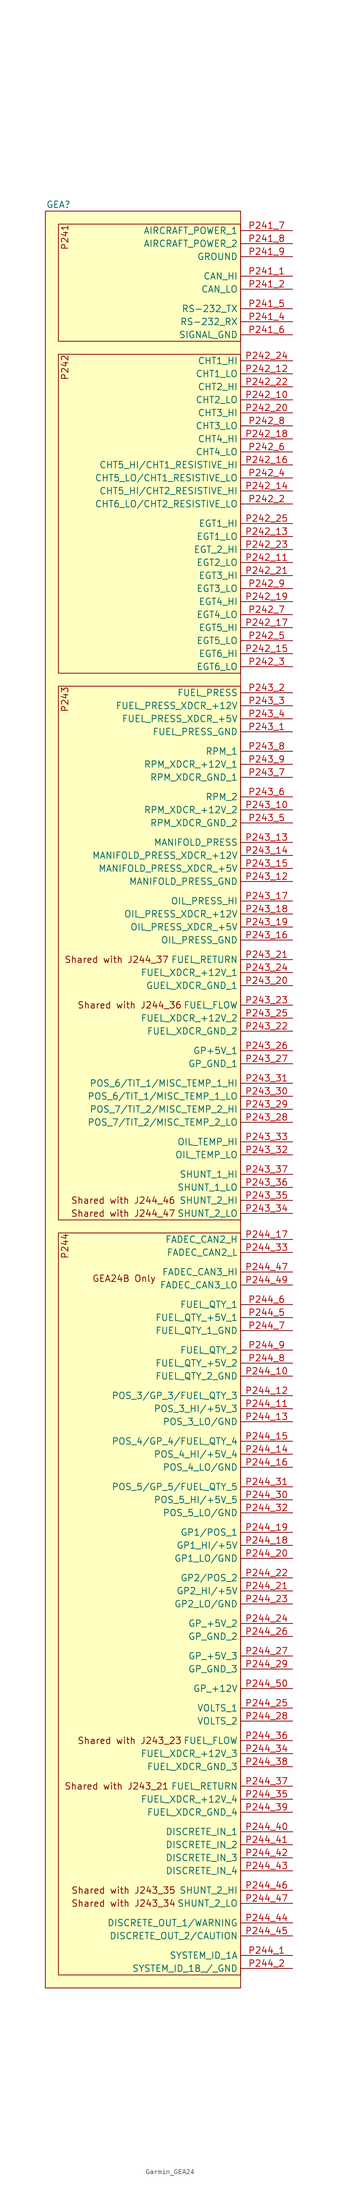
<source format=kicad_sym>
(kicad_symbol_lib
  (version 20241209)
  (generator "kicad_symbol_editor")
  (generator_version "9.0")
  (symbol "Garmin_GEA24"
    (property "Reference" "GEA"
      (at 2.54 1.27 0)
      (effects (font (size 1.27 1.27))))
    (property "Value" ""
      (at 3.81 0 0)
      (effects (font (size 1.27 1.27))))
    (symbol "Garmin_GEA24_1_1"
      (rectangle (start 0 0) (end 38.1 -346.71) (stroke (width 0) (type default)) (fill (type background)))
      (rectangle (start 2.54 -2.54) (end 38.1 -25.4) (stroke (width 0) (type default)) (fill (type background)))
      (rectangle (start 2.54 -27.94) (end 38.1 -90.17) (stroke (width 0) (type default)) (fill (type background)))
      (rectangle (start 2.54 -92.71) (end 38.1 -196.85) (stroke (width 0) (type default)) (fill (type background)))
      (rectangle (start 2.54 -199.39) (end 38.1 -344.17) (stroke (width 0) (type default)) (fill (type background)))
      (text "P241" (at 3.81 -2.54 900) (effects (font (size 1.27 1.27)) (justify right)))
      (text "P242" (at 3.81 -27.94 900) (effects (font (size 1.27 1.27)) (justify right)))
      (text "P243" (at 3.81 -92.71 900) (effects (font (size 1.27 1.27)) (justify right)))
      (text "P244" (at 3.81 -199.39 900) (effects (font (size 1.27 1.27)) (justify right)))
      (text "Shared with J243_35" (at 15.24 -327.66 0) (effects (font (size 1.27 1.27))))
      (text "Shared with J243_34" (at 15.24 -330.2 0) (effects (font (size 1.27 1.27))))
      (text "GEA24B Only" (at 21.59 -208.28 0) (effects (font (size 1.27 1.27)) (justify right)))
      (text "Shared with J244_37" (at 24.13 -146.05 0) (effects (font (size 1.27 1.27)) (justify right)))
      (text "Shared with J243_21" (at 24.13 -307.34 0) (effects (font (size 1.27 1.27)) (justify right)))
      (text "Shared with J244_46" (at 25.4 -193.04 0) (effects (font (size 1.27 1.27)) (justify right)))
      (text "Shared with J244_47" (at 25.4 -195.58 0) (effects (font (size 1.27 1.27)) (justify right)))
      (text "Shared with J244_36" (at 26.67 -154.94 0) (effects (font (size 1.27 1.27)) (justify right)))
      (text "Shared with J243_23" (at 26.67 -298.45 0) (effects (font (size 1.27 1.27)) (justify right)))
      (pin power_in line (at 48.26 -3.81 180) (length 10.16) (name "AIRCRAFT_POWER_1" (effects (font (size 1.27 1.27)))) (number "P241_7" (effects (font (size 1.27 1.27)))))
      (pin power_in line (at 48.26 -6.35 180) (length 10.16) (name "AIRCRAFT_POWER_2" (effects (font (size 1.27 1.27)))) (number "P241_8" (effects (font (size 1.27 1.27)))))
      (pin passive line (at 48.26 -8.89 180) (length 10.16) (name "GROUND" (effects (font (size 1.27 1.27)))) (number "P241_9" (effects (font (size 1.27 1.27)))))
      (pin bidirectional line (at 48.26 -12.7 180) (length 10.16) (name "CAN_HI" (effects (font (size 1.27 1.27)))) (number "P241_1" (effects (font (size 1.27 1.27)))))
      (pin bidirectional line (at 48.26 -15.24 180) (length 10.16) (name "CAN_LO" (effects (font (size 1.27 1.27)))) (number "P241_2" (effects (font (size 1.27 1.27)))))
      (pin output line (at 48.26 -19.05 180) (length 10.16) (name "RS-232_TX" (effects (font (size 1.27 1.27)))) (number "P241_5" (effects (font (size 1.27 1.27)))))
      (pin input line (at 48.26 -21.59 180) (length 10.16) (name "RS-232_RX" (effects (font (size 1.27 1.27)))) (number "P241_4" (effects (font (size 1.27 1.27)))))
      (pin passive line (at 48.26 -24.13 180) (length 10.16) (name "SIGNAL_GND" (effects (font (size 1.27 1.27)))) (number "P241_6" (effects (font (size 1.27 1.27)))))
      (pin input line (at 48.26 -29.21 180) (length 10.16) (name "CHT1_HI" (effects (font (size 1.27 1.27)))) (number "P242_24" (effects (font (size 1.27 1.27)))))
      (pin passive line (at 48.26 -31.75 180) (length 10.16) (name "CHT1_LO" (effects (font (size 1.27 1.27)))) (number "P242_12" (effects (font (size 1.27 1.27)))))
      (pin input line (at 48.26 -34.29 180) (length 10.16) (name "CHT2_HI" (effects (font (size 1.27 1.27)))) (number "P242_22" (effects (font (size 1.27 1.27)))))
      (pin passive line (at 48.26 -36.83 180) (length 10.16) (name "CHT2_LO" (effects (font (size 1.27 1.27)))) (number "P242_10" (effects (font (size 1.27 1.27)))))
      (pin input line (at 48.26 -39.37 180) (length 10.16) (name "CHT3_HI" (effects (font (size 1.27 1.27)))) (number "P242_20" (effects (font (size 1.27 1.27)))))
      (pin passive line (at 48.26 -41.91 180) (length 10.16) (name "CHT3_LO" (effects (font (size 1.27 1.27)))) (number "P242_8" (effects (font (size 1.27 1.27)))))
      (pin input line (at 48.26 -44.45 180) (length 10.16) (name "CHT4_HI" (effects (font (size 1.27 1.27)))) (number "P242_18" (effects (font (size 1.27 1.27)))))
      (pin passive line (at 48.26 -46.99 180) (length 10.16) (name "CHT4_LO" (effects (font (size 1.27 1.27)))) (number "P242_6" (effects (font (size 1.27 1.27)))))
      (pin input line (at 48.26 -49.53 180) (length 10.16) (name "CHT5_HI/CHT1_RESISTIVE_HI" (effects (font (size 1.27 1.27)))) (number "P242_16" (effects (font (size 1.27 1.27)))))
      (pin passive line (at 48.26 -52.07 180) (length 10.16) (name "CHT5_LO/CHT1_RESISTIVE_LO" (effects (font (size 1.27 1.27)))) (number "P242_4" (effects (font (size 1.27 1.27)))))
      (pin input line (at 48.26 -54.61 180) (length 10.16) (name "CHT5_HI/CHT2_RESISTIVE_HI" (effects (font (size 1.27 1.27)))) (number "P242_14" (effects (font (size 1.27 1.27)))))
      (pin passive line (at 48.26 -57.15 180) (length 10.16) (name "CHT6_LO/CHT2_RESISTIVE_LO" (effects (font (size 1.27 1.27)))) (number "P242_2" (effects (font (size 1.27 1.27)))))
      (pin input line (at 48.26 -60.96 180) (length 10.16) (name "EGT1_HI" (effects (font (size 1.27 1.27)))) (number "P242_25" (effects (font (size 1.27 1.27)))))
      (pin passive line (at 48.26 -63.5 180) (length 10.16) (name "EGT1_LO" (effects (font (size 1.27 1.27)))) (number "P242_13" (effects (font (size 1.27 1.27)))))
      (pin input line (at 48.26 -66.04 180) (length 10.16) (name "EGT_2_HI" (effects (font (size 1.27 1.27)))) (number "P242_23" (effects (font (size 1.27 1.27)))))
      (pin passive line (at 48.26 -68.58 180) (length 10.16) (name "EGT2_LO" (effects (font (size 1.27 1.27)))) (number "P242_11" (effects (font (size 1.27 1.27)))))
      (pin input line (at 48.26 -71.12 180) (length 10.16) (name "EGT3_HI" (effects (font (size 1.27 1.27)))) (number "P242_21" (effects (font (size 1.27 1.27)))))
      (pin passive line (at 48.26 -73.66 180) (length 10.16) (name "EGT3_LO" (effects (font (size 1.27 1.27)))) (number "P242_9" (effects (font (size 1.27 1.27)))))
      (pin input line (at 48.26 -76.2 180) (length 10.16) (name "EGT4_HI" (effects (font (size 1.27 1.27)))) (number "P242_19" (effects (font (size 1.27 1.27)))))
      (pin passive line (at 48.26 -78.74 180) (length 10.16) (name "EGT4_LO" (effects (font (size 1.27 1.27)))) (number "P242_7" (effects (font (size 1.27 1.27)))))
      (pin input line (at 48.26 -81.28 180) (length 10.16) (name "EGT5_HI" (effects (font (size 1.27 1.27)))) (number "P242_17" (effects (font (size 1.27 1.27)))))
      (pin passive line (at 48.26 -83.82 180) (length 10.16) (name "EGT5_LO" (effects (font (size 1.27 1.27)))) (number "P242_5" (effects (font (size 1.27 1.27)))))
      (pin input line (at 48.26 -86.36 180) (length 10.16) (name "EGT6_HI" (effects (font (size 1.27 1.27)))) (number "P242_15" (effects (font (size 1.27 1.27)))))
      (pin passive line (at 48.26 -88.9 180) (length 10.16) (name "EGT6_LO" (effects (font (size 1.27 1.27)))) (number "P242_3" (effects (font (size 1.27 1.27)))))
      (pin input line (at 48.26 -93.98 180) (length 10.16) (name "FUEL_PRESS" (effects (font (size 1.27 1.27)))) (number "P243_2" (effects (font (size 1.27 1.27)))))
      (pin output line (at 48.26 -96.52 180) (length 10.16) (name "FUEL_PRESS_XDCR_+12V" (effects (font (size 1.27 1.27)))) (number "P243_3" (effects (font (size 1.27 1.27)))))
      (pin output line (at 48.26 -99.06 180) (length 10.16) (name "FUEL_PRESS_XDCR_+5V" (effects (font (size 1.27 1.27)))) (number "P243_4" (effects (font (size 1.27 1.27)))))
      (pin passive line (at 48.26 -101.6 180) (length 10.16) (name "FUEL_PRESS_GND" (effects (font (size 1.27 1.27)))) (number "P243_1" (effects (font (size 1.27 1.27)))))
      (pin input line (at 48.26 -105.41 180) (length 10.16) (name "RPM_1" (effects (font (size 1.27 1.27)))) (number "P243_8" (effects (font (size 1.27 1.27)))))
      (pin output line (at 48.26 -107.95 180) (length 10.16) (name "RPM_XDCR_+12V_1" (effects (font (size 1.27 1.27)))) (number "P243_9" (effects (font (size 1.27 1.27)))))
      (pin passive line (at 48.26 -110.49 180) (length 10.16) (name "RPM_XDCR_GND_1" (effects (font (size 1.27 1.27)))) (number "P243_7" (effects (font (size 1.27 1.27)))))
      (pin input line (at 48.26 -114.3 180) (length 10.16) (name "RPM_2" (effects (font (size 1.27 1.27)))) (number "P243_6" (effects (font (size 1.27 1.27)))))
      (pin output line (at 48.26 -116.84 180) (length 10.16) (name "RPM_XDCR_+12V_2" (effects (font (size 1.27 1.27)))) (number "P243_10" (effects (font (size 1.27 1.27)))))
      (pin passive line (at 48.26 -119.38 180) (length 10.16) (name "RPM_XDCR_GND_2" (effects (font (size 1.27 1.27)))) (number "P243_5" (effects (font (size 1.27 1.27)))))
      (pin input line (at 48.26 -123.19 180) (length 10.16) (name "MANIFOLD_PRESS" (effects (font (size 1.27 1.27)))) (number "P243_13" (effects (font (size 1.27 1.27)))))
      (pin output line (at 48.26 -125.73 180) (length 10.16) (name "MANIFOLD_PRESS_XDCR_+12V" (effects (font (size 1.27 1.27)))) (number "P243_14" (effects (font (size 1.27 1.27)))))
      (pin output line (at 48.26 -128.27 180) (length 10.16) (name "MANIFOLD_PRESS_XDCR_+5V" (effects (font (size 1.27 1.27)))) (number "P243_15" (effects (font (size 1.27 1.27)))))
      (pin passive line (at 48.26 -130.81 180) (length 10.16) (name "MANIFOLD_PRESS_GND" (effects (font (size 1.27 1.27)))) (number "P243_12" (effects (font (size 1.27 1.27)))))
      (pin input line (at 48.26 -134.62 180) (length 10.16) (name "OIL_PRESS_HI" (effects (font (size 1.27 1.27)))) (number "P243_17" (effects (font (size 1.27 1.27)))))
      (pin output line (at 48.26 -137.16 180) (length 10.16) (name "OIL_PRESS_XDCR_+12V" (effects (font (size 1.27 1.27)))) (number "P243_18" (effects (font (size 1.27 1.27)))))
      (pin output line (at 48.26 -139.7 180) (length 10.16) (name "OIL_PRESS_XDCR_+5V" (effects (font (size 1.27 1.27)))) (number "P243_19" (effects (font (size 1.27 1.27)))))
      (pin passive line (at 48.26 -142.24 180) (length 10.16) (name "OIL_PRESS_GND" (effects (font (size 1.27 1.27)))) (number "P243_16" (effects (font (size 1.27 1.27)))))
      (pin input line (at 48.26 -146.05 180) (length 10.16) (name "FUEL_RETURN" (effects (font (size 1.27 1.27)))) (number "P243_21" (effects (font (size 1.27 1.27)))))
      (pin input line (at 48.26 -148.59 180) (length 10.16) (name "FUEL_XDCR_+12V_1" (effects (font (size 1.27 1.27)))) (number "P243_24" (effects (font (size 1.27 1.27)))))
      (pin passive line (at 48.26 -151.13 180) (length 10.16) (name "GUEL_XDCR_GND_1" (effects (font (size 1.27 1.27)))) (number "P243_20" (effects (font (size 1.27 1.27)))))
      (pin input line (at 48.26 -154.94 180) (length 10.16) (name "FUEL_FLOW" (effects (font (size 1.27 1.27)))) (number "P243_23" (effects (font (size 1.27 1.27)))))
      (pin output line (at 48.26 -157.48 180) (length 10.16) (name "FUEL_XDCR_+12V_2" (effects (font (size 1.27 1.27)))) (number "P243_25" (effects (font (size 1.27 1.27)))))
      (pin passive line (at 48.26 -160.02 180) (length 10.16) (name "FUEL_XDCR_GND_2" (effects (font (size 1.27 1.27)))) (number "P243_22" (effects (font (size 1.27 1.27)))))
      (pin output line (at 48.26 -163.83 180) (length 10.16) (name "GP+5V_1" (effects (font (size 1.27 1.27)))) (number "P243_26" (effects (font (size 1.27 1.27)))))
      (pin passive line (at 48.26 -166.37 180) (length 10.16) (name "GP_GND_1" (effects (font (size 1.27 1.27)))) (number "P243_27" (effects (font (size 1.27 1.27)))))
      (pin input line (at 48.26 -170.18 180) (length 10.16) (name "POS_6/TIT_1/MISC_TEMP_1_HI" (effects (font (size 1.27 1.27)))) (number "P243_31" (effects (font (size 1.27 1.27)))))
      (pin passive line (at 48.26 -172.72 180) (length 10.16) (name "POS_6/TIT_1/MISC_TEMP_1_LO" (effects (font (size 1.27 1.27)))) (number "P243_30" (effects (font (size 1.27 1.27)))))
      (pin input line (at 48.26 -175.26 180) (length 10.16) (name "POS_7/TIT_2/MISC_TEMP_2_HI" (effects (font (size 1.27 1.27)))) (number "P243_29" (effects (font (size 1.27 1.27)))))
      (pin passive line (at 48.26 -177.8 180) (length 10.16) (name "POS_7/TIT_2/MISC_TEMP_2_LO" (effects (font (size 1.27 1.27)))) (number "P243_28" (effects (font (size 1.27 1.27)))))
      (pin input line (at 48.26 -181.61 180) (length 10.16) (name "OIL_TEMP_HI" (effects (font (size 1.27 1.27)))) (number "P243_33" (effects (font (size 1.27 1.27)))))
      (pin passive line (at 48.26 -184.15 180) (length 10.16) (name "OIL_TEMP_LO" (effects (font (size 1.27 1.27)))) (number "P243_32" (effects (font (size 1.27 1.27)))))
      (pin input line (at 48.26 -187.96 180) (length 10.16) (name "SHUNT_1_HI" (effects (font (size 1.27 1.27)))) (number "P243_37" (effects (font (size 1.27 1.27)))))
      (pin passive line (at 48.26 -190.5 180) (length 10.16) (name "SHUNT_1_LO" (effects (font (size 1.27 1.27)))) (number "P243_36" (effects (font (size 1.27 1.27)))))
      (pin input line (at 48.26 -193.04 180) (length 10.16) (name "SHUNT_2_HI" (effects (font (size 1.27 1.27)))) (number "P243_35" (effects (font (size 1.27 1.27)))))
      (pin passive line (at 48.26 -195.58 180) (length 10.16) (name "SHUNT_2_LO" (effects (font (size 1.27 1.27)))) (number "P243_34" (effects (font (size 1.27 1.27)))))
      (pin bidirectional line (at 48.26 -200.66 180) (length 10.16) (name "FADEC_CAN2_H" (effects (font (size 1.27 1.27)))) (number "P244_17" (effects (font (size 1.27 1.27)))))
      (pin bidirectional line (at 48.26 -203.2 180) (length 10.16) (name "FADEC_CAN2_L" (effects (font (size 1.27 1.27)))) (number "P244_33" (effects (font (size 1.27 1.27)))))
      (pin bidirectional line (at 48.26 -207.01 180) (length 10.16) (name "FADEC_CAN3_HI" (effects (font (size 1.27 1.27)))) (number "P244_47" (effects (font (size 1.27 1.27)))))
      (pin bidirectional line (at 48.26 -209.55 180) (length 10.16) (name "FADEC_CAN3_LO" (effects (font (size 1.27 1.27)))) (number "P244_49" (effects (font (size 1.27 1.27)))))
      (pin input line (at 48.26 -213.36 180) (length 10.16) (name "FUEL_QTY_1" (effects (font (size 1.27 1.27)))) (number "P244_6" (effects (font (size 1.27 1.27)))))
      (pin output line (at 48.26 -215.9 180) (length 10.16) (name "FUEL_QTY_+5V_1" (effects (font (size 1.27 1.27)))) (number "P244_5" (effects (font (size 1.27 1.27)))))
      (pin passive line (at 48.26 -218.44 180) (length 10.16) (name "FUEL_QTY_1_GND" (effects (font (size 1.27 1.27)))) (number "P244_7" (effects (font (size 1.27 1.27)))))
      (pin input line (at 48.26 -222.25 180) (length 10.16) (name "FUEL_QTY_2" (effects (font (size 1.27 1.27)))) (number "P244_9" (effects (font (size 1.27 1.27)))))
      (pin output line (at 48.26 -224.79 180) (length 10.16) (name "FUEL_QTY_+5V_2" (effects (font (size 1.27 1.27)))) (number "P244_8" (effects (font (size 1.27 1.27)))))
      (pin passive line (at 48.26 -227.33 180) (length 10.16) (name "FUEL_QTY_2_GND" (effects (font (size 1.27 1.27)))) (number "P244_10" (effects (font (size 1.27 1.27)))))
      (pin input line (at 48.26 -231.14 180) (length 10.16) (name "POS_3/GP_3/FUEL_QTY_3" (effects (font (size 1.27 1.27)))) (number "P244_12" (effects (font (size 1.27 1.27)))))
      (pin output line (at 48.26 -233.68 180) (length 10.16) (name "POS_3_HI/+5V_3" (effects (font (size 1.27 1.27)))) (number "P244_11" (effects (font (size 1.27 1.27)))))
      (pin passive line (at 48.26 -236.22 180) (length 10.16) (name "POS_3_LO/GND" (effects (font (size 1.27 1.27)))) (number "P244_13" (effects (font (size 1.27 1.27)))))
      (pin input line (at 48.26 -240.03 180) (length 10.16) (name "POS_4/GP_4/FUEL_QTY_4" (effects (font (size 1.27 1.27)))) (number "P244_15" (effects (font (size 1.27 1.27)))))
      (pin output line (at 48.26 -242.57 180) (length 10.16) (name "POS_4_HI/+5V_4" (effects (font (size 1.27 1.27)))) (number "P244_14" (effects (font (size 1.27 1.27)))))
      (pin passive line (at 48.26 -245.11 180) (length 10.16) (name "POS_4_LO/GND" (effects (font (size 1.27 1.27)))) (number "P244_16" (effects (font (size 1.27 1.27)))))
      (pin input line (at 48.26 -248.92 180) (length 10.16) (name "POS_5/GP_5/FUEL_QTY_5" (effects (font (size 1.27 1.27)))) (number "P244_31" (effects (font (size 1.27 1.27)))))
      (pin output line (at 48.26 -251.46 180) (length 10.16) (name "POS_5_HI/+5V_5" (effects (font (size 1.27 1.27)))) (number "P244_30" (effects (font (size 1.27 1.27)))))
      (pin passive line (at 48.26 -254 180) (length 10.16) (name "POS_5_LO/GND" (effects (font (size 1.27 1.27)))) (number "P244_32" (effects (font (size 1.27 1.27)))))
      (pin input line (at 48.26 -257.81 180) (length 10.16) (name "GP1/POS_1" (effects (font (size 1.27 1.27)))) (number "P244_19" (effects (font (size 1.27 1.27)))))
      (pin output line (at 48.26 -260.35 180) (length 10.16) (name "GP1_HI/+5V" (effects (font (size 1.27 1.27)))) (number "P244_18" (effects (font (size 1.27 1.27)))))
      (pin passive line (at 48.26 -262.89 180) (length 10.16) (name "GP1_LO/GND" (effects (font (size 1.27 1.27)))) (number "P244_20" (effects (font (size 1.27 1.27)))))
      (pin input line (at 48.26 -266.7 180) (length 10.16) (name "GP2/POS_2" (effects (font (size 1.27 1.27)))) (number "P244_22" (effects (font (size 1.27 1.27)))))
      (pin output line (at 48.26 -269.24 180) (length 10.16) (name "GP2_HI/+5V" (effects (font (size 1.27 1.27)))) (number "P244_21" (effects (font (size 1.27 1.27)))))
      (pin passive line (at 48.26 -271.78 180) (length 10.16) (name "GP2_LO/GND" (effects (font (size 1.27 1.27)))) (number "P244_23" (effects (font (size 1.27 1.27)))))
      (pin output line (at 48.26 -275.59 180) (length 10.16) (name "GP_+5V_2" (effects (font (size 1.27 1.27)))) (number "P244_24" (effects (font (size 1.27 1.27)))))
      (pin passive line (at 48.26 -278.13 180) (length 10.16) (name "GP_GND_2" (effects (font (size 1.27 1.27)))) (number "P244_26" (effects (font (size 1.27 1.27)))))
      (pin output line (at 48.26 -281.94 180) (length 10.16) (name "GP_+5V_3" (effects (font (size 1.27 1.27)))) (number "P244_27" (effects (font (size 1.27 1.27)))))
      (pin passive line (at 48.26 -284.48 180) (length 10.16) (name "GP_GND_3" (effects (font (size 1.27 1.27)))) (number "P244_29" (effects (font (size 1.27 1.27)))))
      (pin output line (at 48.26 -288.29 180) (length 10.16) (name "GP_+12V" (effects (font (size 1.27 1.27)))) (number "P244_50" (effects (font (size 1.27 1.27)))))
      (pin input line (at 48.26 -292.1 180) (length 10.16) (name "VOLTS_1" (effects (font (size 1.27 1.27)))) (number "P244_25" (effects (font (size 1.27 1.27)))))
      (pin input line (at 48.26 -294.64 180) (length 10.16) (name "VOLTS_2" (effects (font (size 1.27 1.27)))) (number "P244_28" (effects (font (size 1.27 1.27)))))
      (pin input line (at 48.26 -298.45 180) (length 10.16) (name "FUEL_FLOW" (effects (font (size 1.27 1.27)))) (number "P244_36" (effects (font (size 1.27 1.27)))))
      (pin output line (at 48.26 -300.99 180) (length 10.16) (name "FUEL_XDCR_+12V_3" (effects (font (size 1.27 1.27)))) (number "P244_34" (effects (font (size 1.27 1.27)))))
      (pin passive line (at 48.26 -303.53 180) (length 10.16) (name "FUEL_XDCR_GND_3" (effects (font (size 1.27 1.27)))) (number "P244_38" (effects (font (size 1.27 1.27)))))
      (pin input line (at 48.26 -307.34 180) (length 10.16) (name "FUEL_RETURN" (effects (font (size 1.27 1.27)))) (number "P244_37" (effects (font (size 1.27 1.27)))))
      (pin output line (at 48.26 -309.88 180) (length 10.16) (name "FUEL_XDCR_+12V_4" (effects (font (size 1.27 1.27)))) (number "P244_35" (effects (font (size 1.27 1.27)))))
      (pin passive line (at 48.26 -312.42 180) (length 10.16) (name "FUEL_XDCR_GND_4" (effects (font (size 1.27 1.27)))) (number "P244_39" (effects (font (size 1.27 1.27)))))
      (pin input line (at 48.26 -316.23 180) (length 10.16) (name "DISCRETE_IN_1" (effects (font (size 1.27 1.27)))) (number "P244_40" (effects (font (size 1.27 1.27)))))
      (pin input line (at 48.26 -318.77 180) (length 10.16) (name "DISCRETE_IN_2" (effects (font (size 1.27 1.27)))) (number "P244_41" (effects (font (size 1.27 1.27)))))
      (pin input line (at 48.26 -321.31 180) (length 10.16) (name "DISCRETE_IN_3" (effects (font (size 1.27 1.27)))) (number "P244_42" (effects (font (size 1.27 1.27)))))
      (pin input line (at 48.26 -323.85 180) (length 10.16) (name "DISCRETE_IN_4" (effects (font (size 1.27 1.27)))) (number "P244_43" (effects (font (size 1.27 1.27)))))
      (pin input line (at 48.26 -327.66 180) (length 10.16) (name "SHUNT_2_HI" (effects (font (size 1.27 1.27)))) (number "P244_46" (effects (font (size 1.27 1.27)))))
      (pin passive line (at 48.26 -330.2 180) (length 10.16) (name "SHUNT_2_LO" (effects (font (size 1.27 1.27)))) (number "P244_47" (effects (font (size 1.27 1.27)))))
      (pin output line (at 48.26 -334.01 180) (length 10.16) (name "DISCRETE_OUT_1/WARNING" (effects (font (size 1.27 1.27)))) (number "P244_44" (effects (font (size 1.27 1.27)))))
      (pin output line (at 48.26 -336.55 180) (length 10.16) (name "DISCRETE_OUT_2/CAUTION" (effects (font (size 1.27 1.27)))) (number "P244_45" (effects (font (size 1.27 1.27)))))
      (pin input line (at 48.26 -340.36 180) (length 10.16) (name "SYSTEM_ID_1A" (effects (font (size 1.27 1.27)))) (number "P244_1" (effects (font (size 1.27 1.27)))))
      (pin passive line (at 48.26 -342.9 180) (length 10.16) (name "SYSTEM_ID_1B_/_GND" (effects (font (size 1.27 1.27)))) (number "P244_2" (effects (font (size 1.27 1.27))))))))
</source>
